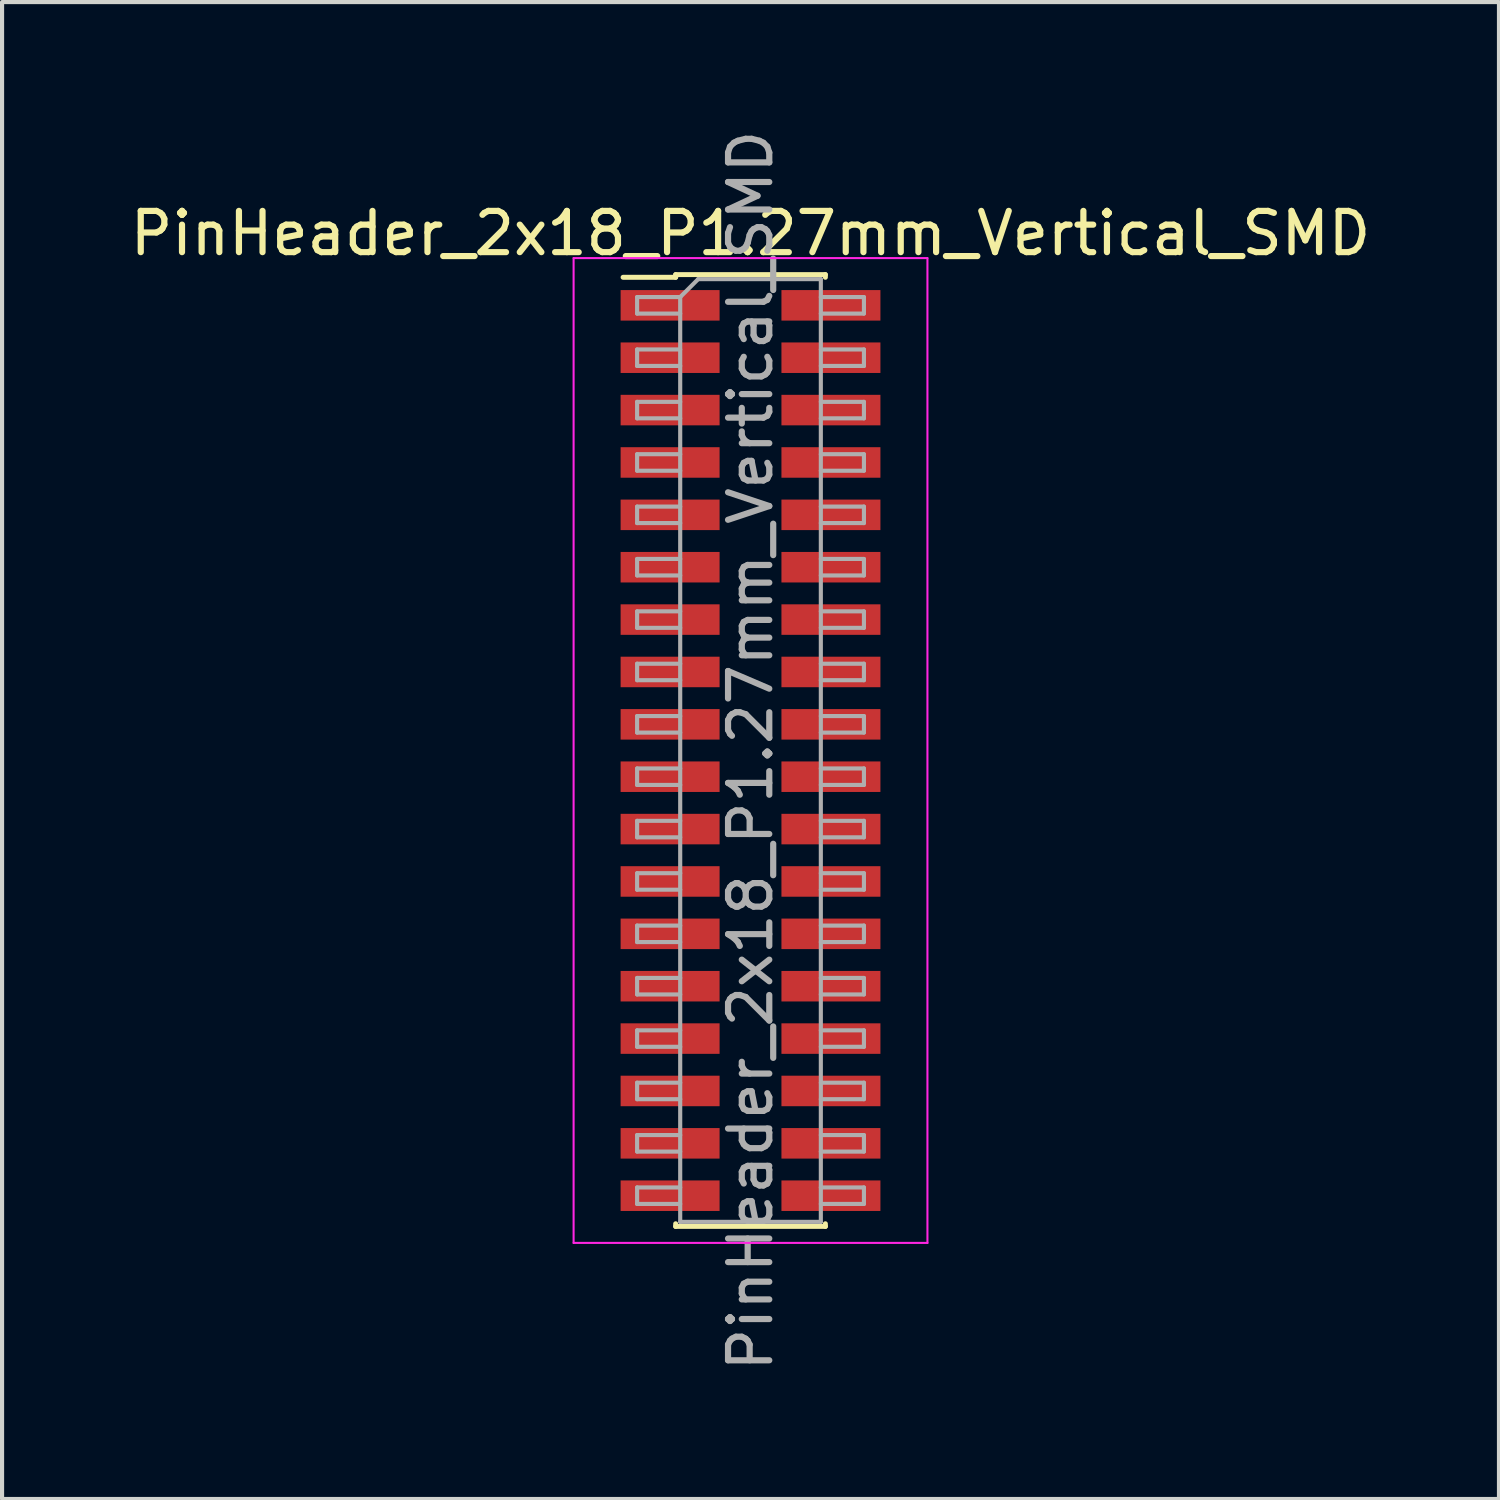
<source format=kicad_pcb>
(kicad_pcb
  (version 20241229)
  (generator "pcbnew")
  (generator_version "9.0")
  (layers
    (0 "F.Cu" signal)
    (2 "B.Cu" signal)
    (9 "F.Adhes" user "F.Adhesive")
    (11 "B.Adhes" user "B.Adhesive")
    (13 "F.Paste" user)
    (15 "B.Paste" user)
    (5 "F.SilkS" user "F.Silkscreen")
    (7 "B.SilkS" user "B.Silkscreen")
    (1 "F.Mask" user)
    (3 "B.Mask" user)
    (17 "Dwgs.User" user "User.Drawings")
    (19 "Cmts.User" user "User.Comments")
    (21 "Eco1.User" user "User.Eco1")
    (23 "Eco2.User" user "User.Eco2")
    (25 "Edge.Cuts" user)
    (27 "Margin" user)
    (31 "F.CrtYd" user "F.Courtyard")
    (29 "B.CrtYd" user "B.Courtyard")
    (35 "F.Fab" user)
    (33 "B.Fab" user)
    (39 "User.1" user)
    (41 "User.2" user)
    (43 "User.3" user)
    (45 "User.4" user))
  (footprint "PinHeader_2x18_P1.27mm_Vertical_SMD"
    (layer "F.Cu")
    (at 15.149 15.149)
    (property "Reference" "PinHeader_2x18_P1.27mm_Vertical_SMD" (at 0 -12.54 0) (layer "F.SilkS") (effects (font (size 1 1) (thickness 0.15))))
    (attr smd)
    (fp_line (start -3.09 -11.475) (end -1.815 -11.475) (stroke (width 0.12) (type solid)) (layer "F.SilkS"))
    (fp_line (start -1.815 -11.54) (end -1.815 -11.475) (stroke (width 0.12) (type solid)) (layer "F.SilkS"))
    (fp_line (start -1.815 -11.54) (end 1.815 -11.54) (stroke (width 0.12) (type solid)) (layer "F.SilkS"))
    (fp_line (start -1.815 11.475) (end -1.815 11.54) (stroke (width 0.12) (type solid)) (layer "F.SilkS"))
    (fp_line (start -1.815 11.54) (end 1.815 11.54) (stroke (width 0.12) (type solid)) (layer "F.SilkS"))
    (fp_line (start 1.815 -11.54) (end 1.815 -11.475) (stroke (width 0.12) (type solid)) (layer "F.SilkS"))
    (fp_line (start 1.815 11.475) (end 1.815 11.54) (stroke (width 0.12) (type solid)) (layer "F.SilkS"))
    (fp_line (start -4.29 -11.94) (end -4.29 11.94) (stroke (width 0.05) (type solid)) (layer "F.CrtYd"))
    (fp_line (start -4.29 11.94) (end 4.29 11.94) (stroke (width 0.05) (type solid)) (layer "F.CrtYd"))
    (fp_line (start 4.29 -11.94) (end -4.29 -11.94) (stroke (width 0.05) (type solid)) (layer "F.CrtYd"))
    (fp_line (start 4.29 11.94) (end 4.29 -11.94) (stroke (width 0.05) (type solid)) (layer "F.CrtYd"))
    (fp_line (start -2.75 -10.995) (end -2.75 -10.595) (stroke (width 0.1) (type solid)) (layer "F.Fab"))
    (fp_line (start -2.75 -10.595) (end -1.705 -10.595) (stroke (width 0.1) (type solid)) (layer "F.Fab"))
    (fp_line (start -2.75 -9.725) (end -2.75 -9.325) (stroke (width 0.1) (type solid)) (layer "F.Fab"))
    (fp_line (start -2.75 -9.325) (end -1.705 -9.325) (stroke (width 0.1) (type solid)) (layer "F.Fab"))
    (fp_line (start -2.75 -8.455) (end -2.75 -8.055) (stroke (width 0.1) (type solid)) (layer "F.Fab"))
    (fp_line (start -2.75 -8.055) (end -1.705 -8.055) (stroke (width 0.1) (type solid)) (layer "F.Fab"))
    (fp_line (start -2.75 -7.185) (end -2.75 -6.785) (stroke (width 0.1) (type solid)) (layer "F.Fab"))
    (fp_line (start -2.75 -6.785) (end -1.705 -6.785) (stroke (width 0.1) (type solid)) (layer "F.Fab"))
    (fp_line (start -2.75 -5.915) (end -2.75 -5.515) (stroke (width 0.1) (type solid)) (layer "F.Fab"))
    (fp_line (start -2.75 -5.515) (end -1.705 -5.515) (stroke (width 0.1) (type solid)) (layer "F.Fab"))
    (fp_line (start -2.75 -4.645) (end -2.75 -4.245) (stroke (width 0.1) (type solid)) (layer "F.Fab"))
    (fp_line (start -2.75 -4.245) (end -1.705 -4.245) (stroke (width 0.1) (type solid)) (layer "F.Fab"))
    (fp_line (start -2.75 -3.375) (end -2.75 -2.975) (stroke (width 0.1) (type solid)) (layer "F.Fab"))
    (fp_line (start -2.75 -2.975) (end -1.705 -2.975) (stroke (width 0.1) (type solid)) (layer "F.Fab"))
    (fp_line (start -2.75 -2.105) (end -2.75 -1.705) (stroke (width 0.1) (type solid)) (layer "F.Fab"))
    (fp_line (start -2.75 -1.705) (end -1.705 -1.705) (stroke (width 0.1) (type solid)) (layer "F.Fab"))
    (fp_line (start -2.75 -0.835) (end -2.75 -0.435) (stroke (width 0.1) (type solid)) (layer "F.Fab"))
    (fp_line (start -2.75 -0.435) (end -1.705 -0.435) (stroke (width 0.1) (type solid)) (layer "F.Fab"))
    (fp_line (start -2.75 0.435) (end -2.75 0.835) (stroke (width 0.1) (type solid)) (layer "F.Fab"))
    (fp_line (start -2.75 0.835) (end -1.705 0.835) (stroke (width 0.1) (type solid)) (layer "F.Fab"))
    (fp_line (start -2.75 1.705) (end -2.75 2.105) (stroke (width 0.1) (type solid)) (layer "F.Fab"))
    (fp_line (start -2.75 2.105) (end -1.705 2.105) (stroke (width 0.1) (type solid)) (layer "F.Fab"))
    (fp_line (start -2.75 2.975) (end -2.75 3.375) (stroke (width 0.1) (type solid)) (layer "F.Fab"))
    (fp_line (start -2.75 3.375) (end -1.705 3.375) (stroke (width 0.1) (type solid)) (layer "F.Fab"))
    (fp_line (start -2.75 4.245) (end -2.75 4.645) (stroke (width 0.1) (type solid)) (layer "F.Fab"))
    (fp_line (start -2.75 4.645) (end -1.705 4.645) (stroke (width 0.1) (type solid)) (layer "F.Fab"))
    (fp_line (start -2.75 5.515) (end -2.75 5.915) (stroke (width 0.1) (type solid)) (layer "F.Fab"))
    (fp_line (start -2.75 5.915) (end -1.705 5.915) (stroke (width 0.1) (type solid)) (layer "F.Fab"))
    (fp_line (start -2.75 6.785) (end -2.75 7.185) (stroke (width 0.1) (type solid)) (layer "F.Fab"))
    (fp_line (start -2.75 7.185) (end -1.705 7.185) (stroke (width 0.1) (type solid)) (layer "F.Fab"))
    (fp_line (start -2.75 8.055) (end -2.75 8.455) (stroke (width 0.1) (type solid)) (layer "F.Fab"))
    (fp_line (start -2.75 8.455) (end -1.705 8.455) (stroke (width 0.1) (type solid)) (layer "F.Fab"))
    (fp_line (start -2.75 9.325) (end -2.75 9.725) (stroke (width 0.1) (type solid)) (layer "F.Fab"))
    (fp_line (start -2.75 9.725) (end -1.705 9.725) (stroke (width 0.1) (type solid)) (layer "F.Fab"))
    (fp_line (start -2.75 10.595) (end -2.75 10.995) (stroke (width 0.1) (type solid)) (layer "F.Fab"))
    (fp_line (start -2.75 10.995) (end -1.705 10.995) (stroke (width 0.1) (type solid)) (layer "F.Fab"))
    (fp_line (start -1.705 -10.995) (end -2.75 -10.995) (stroke (width 0.1) (type solid)) (layer "F.Fab"))
    (fp_line (start -1.705 -10.995) (end -1.27 -11.43) (stroke (width 0.1) (type solid)) (layer "F.Fab"))
    (fp_line (start -1.705 -9.725) (end -2.75 -9.725) (stroke (width 0.1) (type solid)) (layer "F.Fab"))
    (fp_line (start -1.705 -8.455) (end -2.75 -8.455) (stroke (width 0.1) (type solid)) (layer "F.Fab"))
    (fp_line (start -1.705 -7.185) (end -2.75 -7.185) (stroke (width 0.1) (type solid)) (layer "F.Fab"))
    (fp_line (start -1.705 -5.915) (end -2.75 -5.915) (stroke (width 0.1) (type solid)) (layer "F.Fab"))
    (fp_line (start -1.705 -4.645) (end -2.75 -4.645) (stroke (width 0.1) (type solid)) (layer "F.Fab"))
    (fp_line (start -1.705 -3.375) (end -2.75 -3.375) (stroke (width 0.1) (type solid)) (layer "F.Fab"))
    (fp_line (start -1.705 -2.105) (end -2.75 -2.105) (stroke (width 0.1) (type solid)) (layer "F.Fab"))
    (fp_line (start -1.705 -0.835) (end -2.75 -0.835) (stroke (width 0.1) (type solid)) (layer "F.Fab"))
    (fp_line (start -1.705 0.435) (end -2.75 0.435) (stroke (width 0.1) (type solid)) (layer "F.Fab"))
    (fp_line (start -1.705 1.705) (end -2.75 1.705) (stroke (width 0.1) (type solid)) (layer "F.Fab"))
    (fp_line (start -1.705 2.975) (end -2.75 2.975) (stroke (width 0.1) (type solid)) (layer "F.Fab"))
    (fp_line (start -1.705 4.245) (end -2.75 4.245) (stroke (width 0.1) (type solid)) (layer "F.Fab"))
    (fp_line (start -1.705 5.515) (end -2.75 5.515) (stroke (width 0.1) (type solid)) (layer "F.Fab"))
    (fp_line (start -1.705 6.785) (end -2.75 6.785) (stroke (width 0.1) (type solid)) (layer "F.Fab"))
    (fp_line (start -1.705 8.055) (end -2.75 8.055) (stroke (width 0.1) (type solid)) (layer "F.Fab"))
    (fp_line (start -1.705 9.325) (end -2.75 9.325) (stroke (width 0.1) (type solid)) (layer "F.Fab"))
    (fp_line (start -1.705 10.595) (end -2.75 10.595) (stroke (width 0.1) (type solid)) (layer "F.Fab"))
    (fp_line (start -1.705 11.43) (end -1.705 -10.995) (stroke (width 0.1) (type solid)) (layer "F.Fab"))
    (fp_line (start -1.27 -11.43) (end 1.705 -11.43) (stroke (width 0.1) (type solid)) (layer "F.Fab"))
    (fp_line (start 1.705 -11.43) (end 1.705 11.43) (stroke (width 0.1) (type solid)) (layer "F.Fab"))
    (fp_line (start 1.705 -10.995) (end 2.75 -10.995) (stroke (width 0.1) (type solid)) (layer "F.Fab"))
    (fp_line (start 1.705 -9.725) (end 2.75 -9.725) (stroke (width 0.1) (type solid)) (layer "F.Fab"))
    (fp_line (start 1.705 -8.455) (end 2.75 -8.455) (stroke (width 0.1) (type solid)) (layer "F.Fab"))
    (fp_line (start 1.705 -7.185) (end 2.75 -7.185) (stroke (width 0.1) (type solid)) (layer "F.Fab"))
    (fp_line (start 1.705 -5.915) (end 2.75 -5.915) (stroke (width 0.1) (type solid)) (layer "F.Fab"))
    (fp_line (start 1.705 -4.645) (end 2.75 -4.645) (stroke (width 0.1) (type solid)) (layer "F.Fab"))
    (fp_line (start 1.705 -3.375) (end 2.75 -3.375) (stroke (width 0.1) (type solid)) (layer "F.Fab"))
    (fp_line (start 1.705 -2.105) (end 2.75 -2.105) (stroke (width 0.1) (type solid)) (layer "F.Fab"))
    (fp_line (start 1.705 -0.835) (end 2.75 -0.835) (stroke (width 0.1) (type solid)) (layer "F.Fab"))
    (fp_line (start 1.705 0.435) (end 2.75 0.435) (stroke (width 0.1) (type solid)) (layer "F.Fab"))
    (fp_line (start 1.705 1.705) (end 2.75 1.705) (stroke (width 0.1) (type solid)) (layer "F.Fab"))
    (fp_line (start 1.705 2.975) (end 2.75 2.975) (stroke (width 0.1) (type solid)) (layer "F.Fab"))
    (fp_line (start 1.705 4.245) (end 2.75 4.245) (stroke (width 0.1) (type solid)) (layer "F.Fab"))
    (fp_line (start 1.705 5.515) (end 2.75 5.515) (stroke (width 0.1) (type solid)) (layer "F.Fab"))
    (fp_line (start 1.705 6.785) (end 2.75 6.785) (stroke (width 0.1) (type solid)) (layer "F.Fab"))
    (fp_line (start 1.705 8.055) (end 2.75 8.055) (stroke (width 0.1) (type solid)) (layer "F.Fab"))
    (fp_line (start 1.705 9.325) (end 2.75 9.325) (stroke (width 0.1) (type solid)) (layer "F.Fab"))
    (fp_line (start 1.705 10.595) (end 2.75 10.595) (stroke (width 0.1) (type solid)) (layer "F.Fab"))
    (fp_line (start 1.705 11.43) (end -1.705 11.43) (stroke (width 0.1) (type solid)) (layer "F.Fab"))
    (fp_line (start 2.75 -10.995) (end 2.75 -10.595) (stroke (width 0.1) (type solid)) (layer "F.Fab"))
    (fp_line (start 2.75 -10.595) (end 1.705 -10.595) (stroke (width 0.1) (type solid)) (layer "F.Fab"))
    (fp_line (start 2.75 -9.725) (end 2.75 -9.325) (stroke (width 0.1) (type solid)) (layer "F.Fab"))
    (fp_line (start 2.75 -9.325) (end 1.705 -9.325) (stroke (width 0.1) (type solid)) (layer "F.Fab"))
    (fp_line (start 2.75 -8.455) (end 2.75 -8.055) (stroke (width 0.1) (type solid)) (layer "F.Fab"))
    (fp_line (start 2.75 -8.055) (end 1.705 -8.055) (stroke (width 0.1) (type solid)) (layer "F.Fab"))
    (fp_line (start 2.75 -7.185) (end 2.75 -6.785) (stroke (width 0.1) (type solid)) (layer "F.Fab"))
    (fp_line (start 2.75 -6.785) (end 1.705 -6.785) (stroke (width 0.1) (type solid)) (layer "F.Fab"))
    (fp_line (start 2.75 -5.915) (end 2.75 -5.515) (stroke (width 0.1) (type solid)) (layer "F.Fab"))
    (fp_line (start 2.75 -5.515) (end 1.705 -5.515) (stroke (width 0.1) (type solid)) (layer "F.Fab"))
    (fp_line (start 2.75 -4.645) (end 2.75 -4.245) (stroke (width 0.1) (type solid)) (layer "F.Fab"))
    (fp_line (start 2.75 -4.245) (end 1.705 -4.245) (stroke (width 0.1) (type solid)) (layer "F.Fab"))
    (fp_line (start 2.75 -3.375) (end 2.75 -2.975) (stroke (width 0.1) (type solid)) (layer "F.Fab"))
    (fp_line (start 2.75 -2.975) (end 1.705 -2.975) (stroke (width 0.1) (type solid)) (layer "F.Fab"))
    (fp_line (start 2.75 -2.105) (end 2.75 -1.705) (stroke (width 0.1) (type solid)) (layer "F.Fab"))
    (fp_line (start 2.75 -1.705) (end 1.705 -1.705) (stroke (width 0.1) (type solid)) (layer "F.Fab"))
    (fp_line (start 2.75 -0.835) (end 2.75 -0.435) (stroke (width 0.1) (type solid)) (layer "F.Fab"))
    (fp_line (start 2.75 -0.435) (end 1.705 -0.435) (stroke (width 0.1) (type solid)) (layer "F.Fab"))
    (fp_line (start 2.75 0.435) (end 2.75 0.835) (stroke (width 0.1) (type solid)) (layer "F.Fab"))
    (fp_line (start 2.75 0.835) (end 1.705 0.835) (stroke (width 0.1) (type solid)) (layer "F.Fab"))
    (fp_line (start 2.75 1.705) (end 2.75 2.105) (stroke (width 0.1) (type solid)) (layer "F.Fab"))
    (fp_line (start 2.75 2.105) (end 1.705 2.105) (stroke (width 0.1) (type solid)) (layer "F.Fab"))
    (fp_line (start 2.75 2.975) (end 2.75 3.375) (stroke (width 0.1) (type solid)) (layer "F.Fab"))
    (fp_line (start 2.75 3.375) (end 1.705 3.375) (stroke (width 0.1) (type solid)) (layer "F.Fab"))
    (fp_line (start 2.75 4.245) (end 2.75 4.645) (stroke (width 0.1) (type solid)) (layer "F.Fab"))
    (fp_line (start 2.75 4.645) (end 1.705 4.645) (stroke (width 0.1) (type solid)) (layer "F.Fab"))
    (fp_line (start 2.75 5.515) (end 2.75 5.915) (stroke (width 0.1) (type solid)) (layer "F.Fab"))
    (fp_line (start 2.75 5.915) (end 1.705 5.915) (stroke (width 0.1) (type solid)) (layer "F.Fab"))
    (fp_line (start 2.75 6.785) (end 2.75 7.185) (stroke (width 0.1) (type solid)) (layer "F.Fab"))
    (fp_line (start 2.75 7.185) (end 1.705 7.185) (stroke (width 0.1) (type solid)) (layer "F.Fab"))
    (fp_line (start 2.75 8.055) (end 2.75 8.455) (stroke (width 0.1) (type solid)) (layer "F.Fab"))
    (fp_line (start 2.75 8.455) (end 1.705 8.455) (stroke (width 0.1) (type solid)) (layer "F.Fab"))
    (fp_line (start 2.75 9.325) (end 2.75 9.725) (stroke (width 0.1) (type solid)) (layer "F.Fab"))
    (fp_line (start 2.75 9.725) (end 1.705 9.725) (stroke (width 0.1) (type solid)) (layer "F.Fab"))
    (fp_line (start 2.75 10.595) (end 2.75 10.995) (stroke (width 0.1) (type solid)) (layer "F.Fab"))
    (fp_line (start 2.75 10.995) (end 1.705 10.995) (stroke (width 0.1) (type solid)) (layer "F.Fab"))
    (fp_text user "${REFERENCE}" (at 0 0 90) (layer "F.Fab") (effects (font (size 1 1) (thickness 0.15))))
    (pad "1" smd rect (at -1.95 -10.795) (size 2.4 0.74) (layers "F.Cu" "F.Mask" "F.Paste"))
    (pad "2" smd rect (at 1.95 -10.795) (size 2.4 0.74) (layers "F.Cu" "F.Mask" "F.Paste"))
    (pad "3" smd rect (at -1.95 -9.525) (size 2.4 0.74) (layers "F.Cu" "F.Mask" "F.Paste"))
    (pad "4" smd rect (at 1.95 -9.525) (size 2.4 0.74) (layers "F.Cu" "F.Mask" "F.Paste"))
    (pad "5" smd rect (at -1.95 -8.255) (size 2.4 0.74) (layers "F.Cu" "F.Mask" "F.Paste"))
    (pad "6" smd rect (at 1.95 -8.255) (size 2.4 0.74) (layers "F.Cu" "F.Mask" "F.Paste"))
    (pad "7" smd rect (at -1.95 -6.985) (size 2.4 0.74) (layers "F.Cu" "F.Mask" "F.Paste"))
    (pad "8" smd rect (at 1.95 -6.985) (size 2.4 0.74) (layers "F.Cu" "F.Mask" "F.Paste"))
    (pad "9" smd rect (at -1.95 -5.715) (size 2.4 0.74) (layers "F.Cu" "F.Mask" "F.Paste"))
    (pad "10" smd rect (at 1.95 -5.715) (size 2.4 0.74) (layers "F.Cu" "F.Mask" "F.Paste"))
    (pad "11" smd rect (at -1.95 -4.445) (size 2.4 0.74) (layers "F.Cu" "F.Mask" "F.Paste"))
    (pad "12" smd rect (at 1.95 -4.445) (size 2.4 0.74) (layers "F.Cu" "F.Mask" "F.Paste"))
    (pad "13" smd rect (at -1.95 -3.175) (size 2.4 0.74) (layers "F.Cu" "F.Mask" "F.Paste"))
    (pad "14" smd rect (at 1.95 -3.175) (size 2.4 0.74) (layers "F.Cu" "F.Mask" "F.Paste"))
    (pad "15" smd rect (at -1.95 -1.905) (size 2.4 0.74) (layers "F.Cu" "F.Mask" "F.Paste"))
    (pad "16" smd rect (at 1.95 -1.905) (size 2.4 0.74) (layers "F.Cu" "F.Mask" "F.Paste"))
    (pad "17" smd rect (at -1.95 -0.635) (size 2.4 0.74) (layers "F.Cu" "F.Mask" "F.Paste"))
    (pad "18" smd rect (at 1.95 -0.635) (size 2.4 0.74) (layers "F.Cu" "F.Mask" "F.Paste"))
    (pad "19" smd rect (at -1.95 0.635) (size 2.4 0.74) (layers "F.Cu" "F.Mask" "F.Paste"))
    (pad "20" smd rect (at 1.95 0.635) (size 2.4 0.74) (layers "F.Cu" "F.Mask" "F.Paste"))
    (pad "21" smd rect (at -1.95 1.905) (size 2.4 0.74) (layers "F.Cu" "F.Mask" "F.Paste"))
    (pad "22" smd rect (at 1.95 1.905) (size 2.4 0.74) (layers "F.Cu" "F.Mask" "F.Paste"))
    (pad "23" smd rect (at -1.95 3.175) (size 2.4 0.74) (layers "F.Cu" "F.Mask" "F.Paste"))
    (pad "24" smd rect (at 1.95 3.175) (size 2.4 0.74) (layers "F.Cu" "F.Mask" "F.Paste"))
    (pad "25" smd rect (at -1.95 4.445) (size 2.4 0.74) (layers "F.Cu" "F.Mask" "F.Paste"))
    (pad "26" smd rect (at 1.95 4.445) (size 2.4 0.74) (layers "F.Cu" "F.Mask" "F.Paste"))
    (pad "27" smd rect (at -1.95 5.715) (size 2.4 0.74) (layers "F.Cu" "F.Mask" "F.Paste"))
    (pad "28" smd rect (at 1.95 5.715) (size 2.4 0.74) (layers "F.Cu" "F.Mask" "F.Paste"))
    (pad "29" smd rect (at -1.95 6.985) (size 2.4 0.74) (layers "F.Cu" "F.Mask" "F.Paste"))
    (pad "30" smd rect (at 1.95 6.985) (size 2.4 0.74) (layers "F.Cu" "F.Mask" "F.Paste"))
    (pad "31" smd rect (at -1.95 8.255) (size 2.4 0.74) (layers "F.Cu" "F.Mask" "F.Paste"))
    (pad "32" smd rect (at 1.95 8.255) (size 2.4 0.74) (layers "F.Cu" "F.Mask" "F.Paste"))
    (pad "33" smd rect (at -1.95 9.525) (size 2.4 0.74) (layers "F.Cu" "F.Mask" "F.Paste"))
    (pad "34" smd rect (at 1.95 9.525) (size 2.4 0.74) (layers "F.Cu" "F.Mask" "F.Paste"))
    (pad "35" smd rect (at -1.95 10.795) (size 2.4 0.74) (layers "F.Cu" "F.Mask" "F.Paste"))
    (pad "36" smd rect (at 1.95 10.795) (size 2.4 0.74) (layers "F.Cu" "F.Mask" "F.Paste")))
  (gr_rect
    (start -3 -3)
    (end 33.298 33.298)
    (stroke (width 0.1) (type default))
    (fill no)
    (layer "Edge.Cuts")))
</source>
